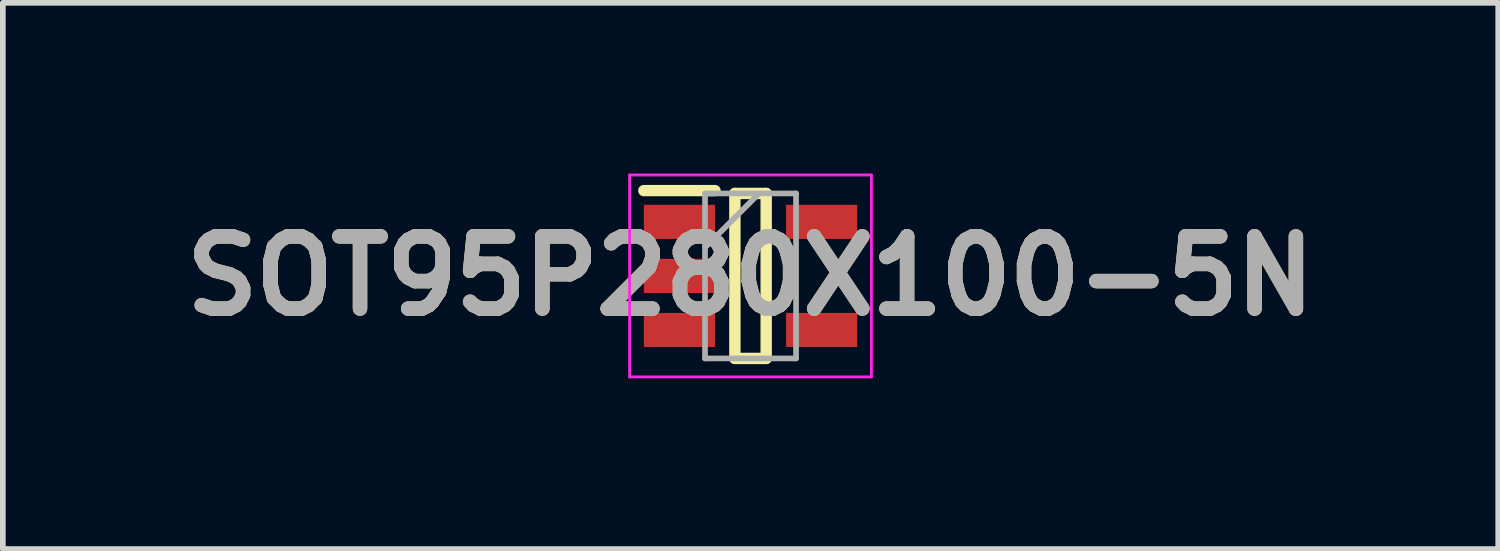
<source format=kicad_pcb>
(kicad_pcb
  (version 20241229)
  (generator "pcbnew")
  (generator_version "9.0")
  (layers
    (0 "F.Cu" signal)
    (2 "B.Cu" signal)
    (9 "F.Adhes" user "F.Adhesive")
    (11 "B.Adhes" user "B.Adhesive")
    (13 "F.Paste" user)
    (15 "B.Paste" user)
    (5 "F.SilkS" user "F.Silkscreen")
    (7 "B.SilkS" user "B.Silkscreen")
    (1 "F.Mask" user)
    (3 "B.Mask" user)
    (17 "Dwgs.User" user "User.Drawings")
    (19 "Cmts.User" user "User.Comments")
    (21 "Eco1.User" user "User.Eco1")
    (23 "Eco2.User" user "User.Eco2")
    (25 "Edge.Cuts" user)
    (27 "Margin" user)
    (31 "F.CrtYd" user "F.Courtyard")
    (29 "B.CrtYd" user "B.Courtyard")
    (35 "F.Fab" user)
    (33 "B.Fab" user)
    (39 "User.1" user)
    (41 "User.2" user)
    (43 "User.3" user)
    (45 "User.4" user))
  (footprint "SOT95P280X100-5N"
    (layer "F.Cu")
    (at 10.142 1.8)
    (property "Reference" "SOT95P280X100-5N" (at 0 0 0) (layer "F.SilkS") (effects (font (size 1.27 1.27) (thickness 0.254))))
    (attr smd)
    (fp_line (start -1.875 -1.5) (end -0.625 -1.5) (stroke (width 0.2) (type solid)) (layer "F.SilkS"))
    (fp_line (start -0.275 -1.45) (end 0.275 -1.45) (stroke (width 0.2) (type solid)) (layer "F.SilkS"))
    (fp_line (start -0.275 1.45) (end -0.275 -1.45) (stroke (width 0.2) (type solid)) (layer "F.SilkS"))
    (fp_line (start 0.275 -1.45) (end 0.275 1.45) (stroke (width 0.2) (type solid)) (layer "F.SilkS"))
    (fp_line (start 0.275 1.45) (end -0.275 1.45) (stroke (width 0.2) (type solid)) (layer "F.SilkS"))
    (fp_line (start -2.125 -1.775) (end 2.125 -1.775) (stroke (width 0.05) (type solid)) (layer "F.CrtYd"))
    (fp_line (start -2.125 1.775) (end -2.125 -1.775) (stroke (width 0.05) (type solid)) (layer "F.CrtYd"))
    (fp_line (start 2.125 -1.775) (end 2.125 1.775) (stroke (width 0.05) (type solid)) (layer "F.CrtYd"))
    (fp_line (start 2.125 1.775) (end -2.125 1.775) (stroke (width 0.05) (type solid)) (layer "F.CrtYd"))
    (fp_line (start -0.8 -1.45) (end 0.8 -1.45) (stroke (width 0.1) (type solid)) (layer "F.Fab"))
    (fp_line (start -0.8 -0.5) (end 0.15 -1.45) (stroke (width 0.1) (type solid)) (layer "F.Fab"))
    (fp_line (start -0.8 1.45) (end -0.8 -1.45) (stroke (width 0.1) (type solid)) (layer "F.Fab"))
    (fp_line (start 0.8 -1.45) (end 0.8 1.45) (stroke (width 0.1) (type solid)) (layer "F.Fab"))
    (fp_line (start 0.8 1.45) (end -0.8 1.45) (stroke (width 0.1) (type solid)) (layer "F.Fab"))
    (fp_text user "${REFERENCE}" (at 0 0 0) (layer "F.Fab") (effects (font (size 1.27 1.27) (thickness 0.254))))
    (pad "1" smd rect (at -1.25 -0.95 90) (size 0.6 1.25) (layers "F.Cu" "F.Mask" "F.Paste"))
    (pad "2" smd rect (at -1.25 0 90) (size 0.6 1.25) (layers "F.Cu" "F.Mask" "F.Paste"))
    (pad "3" smd rect (at -1.25 0.95 90) (size 0.6 1.25) (layers "F.Cu" "F.Mask" "F.Paste"))
    (pad "4" smd rect (at 1.25 0.95 90) (size 0.6 1.25) (layers "F.Cu" "F.Mask" "F.Paste"))
    (pad "5" smd rect (at 1.25 -0.95 90) (size 0.6 1.25) (layers "F.Cu" "F.Mask" "F.Paste")))
  (gr_rect
    (start -3 -3)
    (end 23.284 6.6)
    (stroke (width 0.1) (type default))
    (fill no)
    (layer "Edge.Cuts")))
</source>
